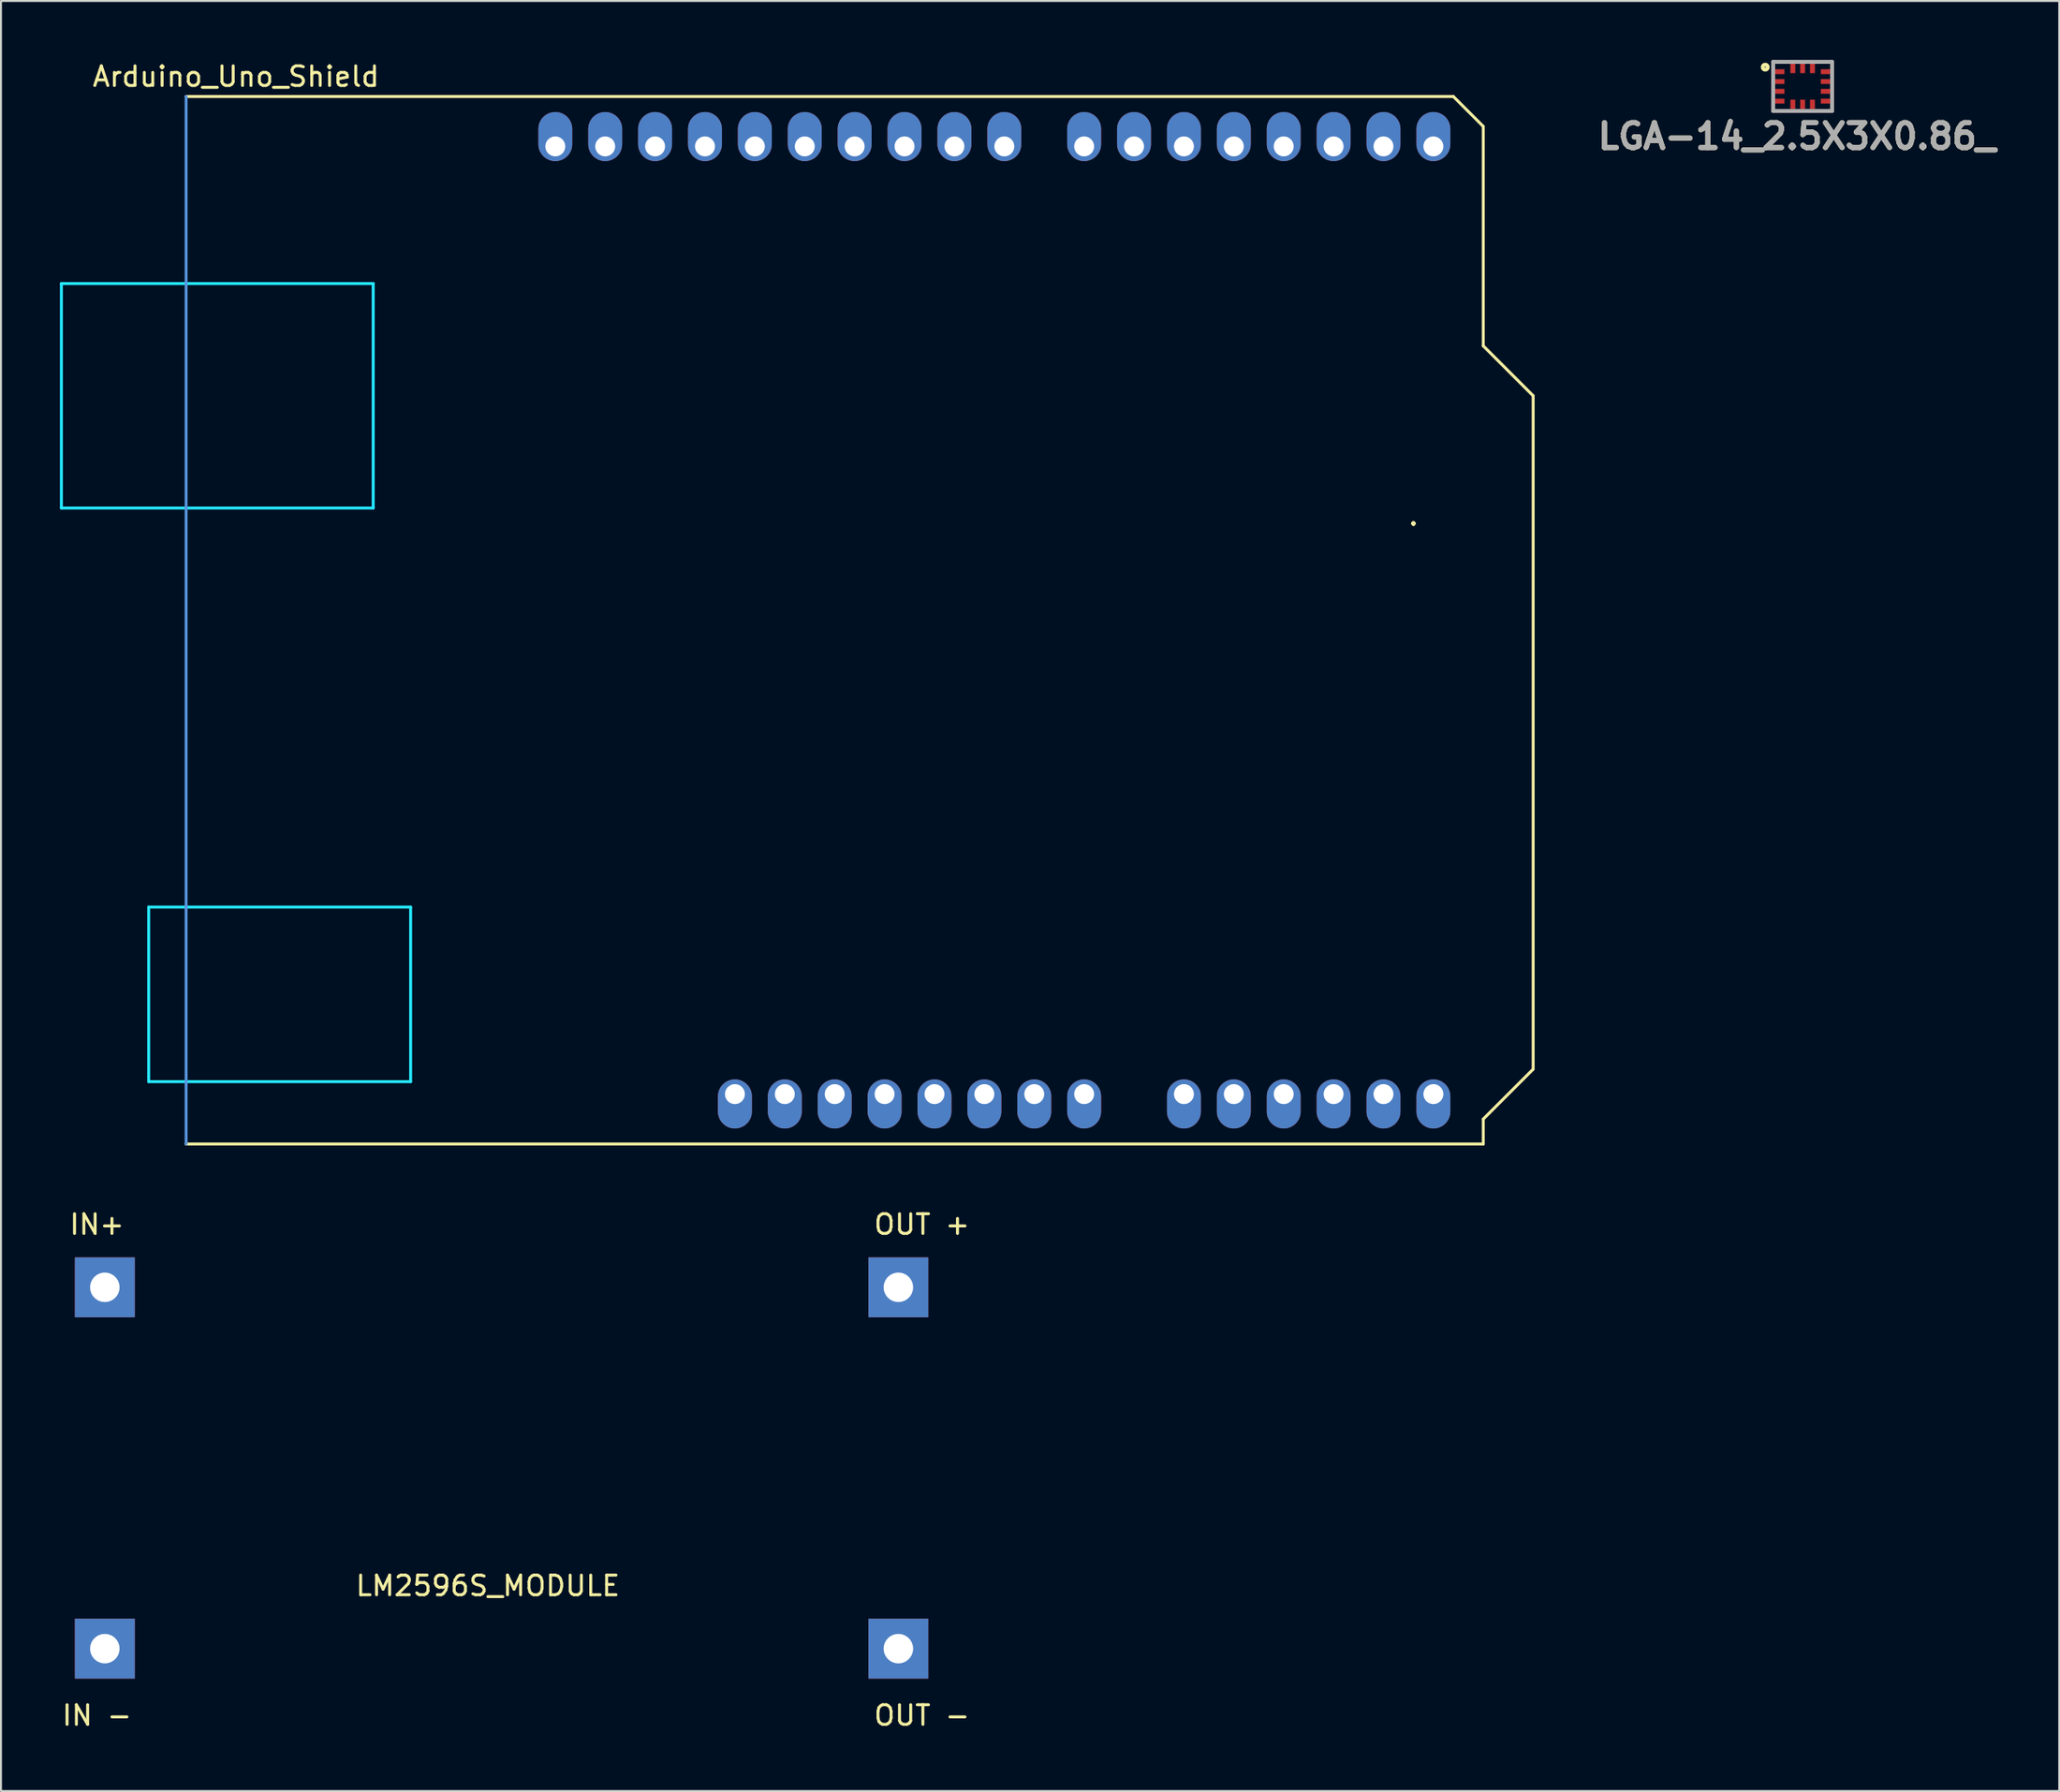
<source format=kicad_pcb>
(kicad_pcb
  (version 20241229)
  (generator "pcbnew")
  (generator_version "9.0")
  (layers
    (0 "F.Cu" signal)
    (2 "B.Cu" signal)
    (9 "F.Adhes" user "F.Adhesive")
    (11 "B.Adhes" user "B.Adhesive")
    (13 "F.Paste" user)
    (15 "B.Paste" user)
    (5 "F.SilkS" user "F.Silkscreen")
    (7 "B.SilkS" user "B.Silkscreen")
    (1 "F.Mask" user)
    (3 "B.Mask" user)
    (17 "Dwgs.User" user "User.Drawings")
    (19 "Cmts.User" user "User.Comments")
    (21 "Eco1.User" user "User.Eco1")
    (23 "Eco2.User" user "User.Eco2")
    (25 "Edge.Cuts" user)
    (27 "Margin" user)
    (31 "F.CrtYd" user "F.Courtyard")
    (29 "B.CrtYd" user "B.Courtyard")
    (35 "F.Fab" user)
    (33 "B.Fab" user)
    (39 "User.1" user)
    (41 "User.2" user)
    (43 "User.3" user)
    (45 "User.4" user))
  (footprint "Arduino_Uno_Shield"
    (layer "F.Cu")
    (at 6.425 55.204)
    (property "Reference" "Arduino_Uno_Shield" (at 2.54 -54.356 0) (layer "F.SilkS") (effects (font (size 1 1) (thickness 0.15))))
    (attr through_hole)
    (fp_line (start 0 -53.34) (end 64.516 -53.34) (stroke (width 0.15) (type solid)) (layer "F.SilkS"))
    (fp_line (start 0 0) (end 66.04 0) (stroke (width 0.15) (type solid)) (layer "F.SilkS"))
    (fp_line (start 64.516 -53.34) (end 66.04 -51.816) (stroke (width 0.15) (type solid)) (layer "F.SilkS"))
    (fp_line (start 66.04 -40.64) (end 66.04 -51.816) (stroke (width 0.15) (type solid)) (layer "F.SilkS"))
    (fp_line (start 66.04 -1.27) (end 68.58 -3.81) (stroke (width 0.15) (type solid)) (layer "F.SilkS"))
    (fp_line (start 66.04 0) (end 66.04 -1.27) (stroke (width 0.15) (type solid)) (layer "F.SilkS"))
    (fp_line (start 68.58 -38.1) (end 66.04 -40.64) (stroke (width 0.15) (type solid)) (layer "F.SilkS"))
    (fp_line (start 68.58 -3.81) (end 68.58 -38.1) (stroke (width 0.15) (type solid)) (layer "F.SilkS"))
    (fp_line (start 0 -53.34) (end 0 0) (stroke (width 0.15) (type solid)) (layer "Cmts.User"))
    (fp_line (start -6.35 -43.815) (end -6.35 -32.385) (stroke (width 0.15) (type solid)) (layer "B.CrtYd"))
    (fp_line (start -1.905 -12.065) (end -1.905 -3.175) (stroke (width 0.15) (type solid)) (layer "B.CrtYd"))
    (fp_line (start -1.905 -12.065) (end 11.43 -12.065) (stroke (width 0.15) (type solid)) (layer "B.CrtYd"))
    (fp_line (start -1.905 -3.175) (end 11.43 -3.175) (stroke (width 0.15) (type solid)) (layer "B.CrtYd"))
    (fp_line (start 9.525 -43.815) (end -6.35 -43.815) (stroke (width 0.15) (type solid)) (layer "B.CrtYd"))
    (fp_line (start 9.525 -43.815) (end 9.525 -32.385) (stroke (width 0.15) (type solid)) (layer "B.CrtYd"))
    (fp_line (start 9.525 -32.385) (end -6.35 -32.385) (stroke (width 0.15) (type solid)) (layer "B.CrtYd"))
    (fp_line (start 11.43 -12.065) (end 11.43 -3.175) (stroke (width 0.15) (type solid)) (layer "B.CrtYd"))
    (fp_text user "." (at 62.484 -32.004 0) (layer "F.SilkS") (effects (font (size 1 1) (thickness 0.15))))
    (pad "" thru_hole oval (at 27.94 -2.54) (size 1.727 2.5) (drill 1.016 (offset 0 0.5)) (layers "*.Cu" "*.Mask"))
    (pad "3V3" thru_hole oval (at 35.56 -2.54) (size 1.727 2.5) (drill 1.016 (offset 0 0.5)) (layers "*.Cu" "*.Mask"))
    (pad "5V1" thru_hole oval (at 38.1 -2.54) (size 1.727 2.5) (drill 1.016 (offset 0 0.5)) (layers "*.Cu" "*.Mask"))
    (pad "A0" thru_hole oval (at 50.8 -2.54) (size 1.727 2.5) (drill 1.016 (offset 0 0.5)) (layers "*.Cu" "*.Mask"))
    (pad "A1" thru_hole oval (at 53.34 -2.54) (size 1.727 2.5) (drill 1.016 (offset 0 0.5)) (layers "*.Cu" "*.Mask"))
    (pad "A2" thru_hole oval (at 55.88 -2.54) (size 1.727 2.5) (drill 1.016 (offset 0 0.5)) (layers "*.Cu" "*.Mask"))
    (pad "A3" thru_hole oval (at 58.42 -2.54) (size 1.727 2.5) (drill 1.016 (offset 0 0.5)) (layers "*.Cu" "*.Mask"))
    (pad "A4" thru_hole oval (at 60.96 -2.54) (size 1.727 2.5) (drill 1.016 (offset 0 0.5)) (layers "*.Cu" "*.Mask"))
    (pad "A5" thru_hole oval (at 63.5 -2.54) (size 1.727 2.5) (drill 1.016 (offset 0 0.5)) (layers "*.Cu" "*.Mask"))
    (pad "AREF" thru_hole oval (at 23.876 -50.8) (size 1.727 2.5) (drill 1.016 (offset 0 -0.5)) (layers "*.Cu" "*.Mask"))
    (pad "D0" thru_hole oval (at 63.5 -50.8) (size 1.727 2.5) (drill 1.016 (offset 0 -0.5)) (layers "*.Cu" "*.Mask"))
    (pad "D1" thru_hole oval (at 60.96 -50.8) (size 1.727 2.5) (drill 1.016 (offset 0 -0.5)) (layers "*.Cu" "*.Mask"))
    (pad "D2" thru_hole oval (at 58.42 -50.8) (size 1.727 2.5) (drill 1.016 (offset 0 -0.5)) (layers "*.Cu" "*.Mask"))
    (pad "D3" thru_hole oval (at 55.88 -50.8) (size 1.727 2.5) (drill 1.016 (offset 0 -0.5)) (layers "*.Cu" "*.Mask"))
    (pad "D4" thru_hole oval (at 53.34 -50.8) (size 1.727 2.5) (drill 1.016 (offset 0 -0.5)) (layers "*.Cu" "*.Mask"))
    (pad "D5" thru_hole oval (at 50.8 -50.8) (size 1.727 2.5) (drill 1.016 (offset 0 -0.5)) (layers "*.Cu" "*.Mask"))
    (pad "D6" thru_hole oval (at 48.26 -50.8) (size 1.727 2.5) (drill 1.016 (offset 0 -0.5)) (layers "*.Cu" "*.Mask"))
    (pad "D7" thru_hole oval (at 45.72 -50.8) (size 1.727 2.5) (drill 1.016 (offset 0 -0.5)) (layers "*.Cu" "*.Mask"))
    (pad "D8" thru_hole oval (at 41.656 -50.8) (size 1.727 2.5) (drill 1.016 (offset 0 -0.5)) (layers "*.Cu" "*.Mask"))
    (pad "D9" thru_hole oval (at 39.116 -50.8) (size 1.727 2.5) (drill 1.016 (offset 0 -0.5)) (layers "*.Cu" "*.Mask"))
    (pad "D10" thru_hole oval (at 36.576 -50.8) (size 1.727 2.5) (drill 1.016 (offset 0 -0.5)) (layers "*.Cu" "*.Mask"))
    (pad "D11" thru_hole oval (at 34.036 -50.8) (size 1.727 2.5) (drill 1.016 (offset 0 -0.5)) (layers "*.Cu" "*.Mask"))
    (pad "D12" thru_hole oval (at 31.496 -50.8) (size 1.727 2.5) (drill 1.016 (offset 0 -0.5)) (layers "*.Cu" "*.Mask"))
    (pad "D13" thru_hole oval (at 28.956 -50.8) (size 1.727 2.5) (drill 1.016 (offset 0 -0.5)) (layers "*.Cu" "*.Mask"))
    (pad "GND1" thru_hole oval (at 26.416 -50.8) (size 1.727 2.5) (drill 1.016 (offset 0 -0.5)) (layers "*.Cu" "*.Mask"))
    (pad "GND2" thru_hole oval (at 40.64 -2.54) (size 1.727 2.5) (drill 1.016 (offset 0 0.5)) (layers "*.Cu" "*.Mask"))
    (pad "GND3" thru_hole oval (at 43.18 -2.54) (size 1.727 2.5) (drill 1.016 (offset 0 0.5)) (layers "*.Cu" "*.Mask"))
    (pad "IORF" thru_hole oval (at 30.48 -2.54) (size 1.727 2.5) (drill 1.016 (offset 0 0.5)) (layers "*.Cu" "*.Mask"))
    (pad "RST1" thru_hole oval (at 33.02 -2.54) (size 1.727 2.5) (drill 1.016 (offset 0 0.5)) (layers "*.Cu" "*.Mask"))
    (pad "SCL" thru_hole oval (at 18.796 -50.8) (size 1.727 2.5) (drill 1.016 (offset 0 -0.5)) (layers "*.Cu" "*.Mask"))
    (pad "SDA" thru_hole oval (at 21.336 -50.8) (size 1.727 2.5) (drill 1.016 (offset 0 -0.5)) (layers "*.Cu" "*.Mask"))
    (pad "VIN" thru_hole oval (at 45.72 -2.54) (size 1.727 2.5) (drill 1.016 (offset 0 0.5)) (layers "*.Cu" "*.Mask")))
  (footprint "LM2596S_MODULE"
    (layer "F.Cu")
    (at 0.887 82.302)
    (property "Reference" "LM2596S_MODULE" (at 20.9 -4.6 0) (layer "F.SilkS") (effects (font (size 1 1) (thickness 0.15))))
    (attr through_hole)
    (fp_text user "OUT +" (at 43 -23 0) (layer "F.SilkS") (effects (font (size 1 1) (thickness 0.15))))
    (fp_text user "IN+" (at 1 -23 0) (layer "F.SilkS") (effects (font (size 1 1) (thickness 0.15))))
    (fp_text user "IN -" (at 1 2 0) (layer "F.SilkS") (effects (font (size 1 1) (thickness 0.15))))
    (fp_text user "OUT -" (at 43 2 0) (layer "F.SilkS") (effects (font (size 1 1) (thickness 0.15))))
    (pad "1" thru_hole rect (at 1.4 -1.4) (size 3.048 3.048) (drill 1.5) (layers "*.Cu" "*.Mask"))
    (pad "2" thru_hole rect (at 1.4 -19.8) (size 3.048 3.048) (drill 1.5) (layers "*.Cu" "*.Mask"))
    (pad "3" thru_hole rect (at 41.8 -19.8) (size 3.048 3.048) (drill 1.5) (layers "*.Cu" "*.Mask"))
    (pad "4" thru_hole rect (at 41.8 -1.4) (size 3.048 3.048) (drill 1.5) (layers "*.Cu" "*.Mask")))
  (footprint "LGA-14_2.5X3X0.86_"
    (layer "F.Cu")
    (at 88.724 1.35)
    (property "Reference" "LGA-14_2.5X3X0.86_" (at -0.29 2.54 0) (layer "F.SilkS") (effects (font (size 1.27 1.27) (thickness 0.254))))
    (attr smd)
    (fp_circle (center -1.905 -0.98) (end -1.905 -0.953) (stroke (width 0.2) (type solid)) (fill no) (layer "F.SilkS"))
    (fp_line (start -1.5 -1.25) (end 1.5 -1.25) (stroke (width 0.2) (type solid)) (layer "F.Fab"))
    (fp_line (start -1.5 1.25) (end -1.5 -1.25) (stroke (width 0.2) (type solid)) (layer "F.Fab"))
    (fp_line (start 1.5 -1.25) (end 1.5 1.25) (stroke (width 0.2) (type solid)) (layer "F.Fab"))
    (fp_line (start 1.5 1.25) (end -1.5 1.25) (stroke (width 0.2) (type solid)) (layer "F.Fab"))
    (fp_text user "${REFERENCE}" (at -0.29 2.54 0) (layer "F.Fab") (effects (font (size 1.27 1.27) (thickness 0.254))))
    (pad "1" smd rect (at -1.163 -0.75 90) (size 0.25 0.475) (layers "F.Cu" "F.Mask" "F.Paste"))
    (pad "2" smd rect (at -1.163 -0.25 90) (size 0.25 0.475) (layers "F.Cu" "F.Mask" "F.Paste"))
    (pad "3" smd rect (at -1.163 0.25 90) (size 0.25 0.475) (layers "F.Cu" "F.Mask" "F.Paste"))
    (pad "4" smd rect (at -1.163 0.75 90) (size 0.25 0.475) (layers "F.Cu" "F.Mask" "F.Paste"))
    (pad "5" smd rect (at -0.5 0.912) (size 0.25 0.475) (layers "F.Cu" "F.Mask" "F.Paste"))
    (pad "6" smd rect (at 0 0.912) (size 0.25 0.475) (layers "F.Cu" "F.Mask" "F.Paste"))
    (pad "7" smd rect (at 0.5 0.912) (size 0.25 0.475) (layers "F.Cu" "F.Mask" "F.Paste"))
    (pad "8" smd rect (at 1.163 0.75 90) (size 0.25 0.475) (layers "F.Cu" "F.Mask" "F.Paste"))
    (pad "9" smd rect (at 1.163 0.25 90) (size 0.25 0.475) (layers "F.Cu" "F.Mask" "F.Paste"))
    (pad "10" smd rect (at 1.163 -0.25 90) (size 0.25 0.475) (layers "F.Cu" "F.Mask" "F.Paste"))
    (pad "11" smd rect (at 1.163 -0.75 90) (size 0.25 0.475) (layers "F.Cu" "F.Mask" "F.Paste"))
    (pad "12" smd rect (at 0.5 -0.912) (size 0.25 0.475) (layers "F.Cu" "F.Mask" "F.Paste"))
    (pad "13" smd rect (at 0 -0.912) (size 0.25 0.475) (layers "F.Cu" "F.Mask" "F.Paste"))
    (pad "14" smd rect (at -0.5 -0.912) (size 0.25 0.475) (layers "F.Cu" "F.Mask" "F.Paste")))
  (gr_rect
    (start -3 -3)
    (end 101.787 88.151)
    (stroke (width 0.1) (type default))
    (fill no)
    (layer "Edge.Cuts")))
</source>
